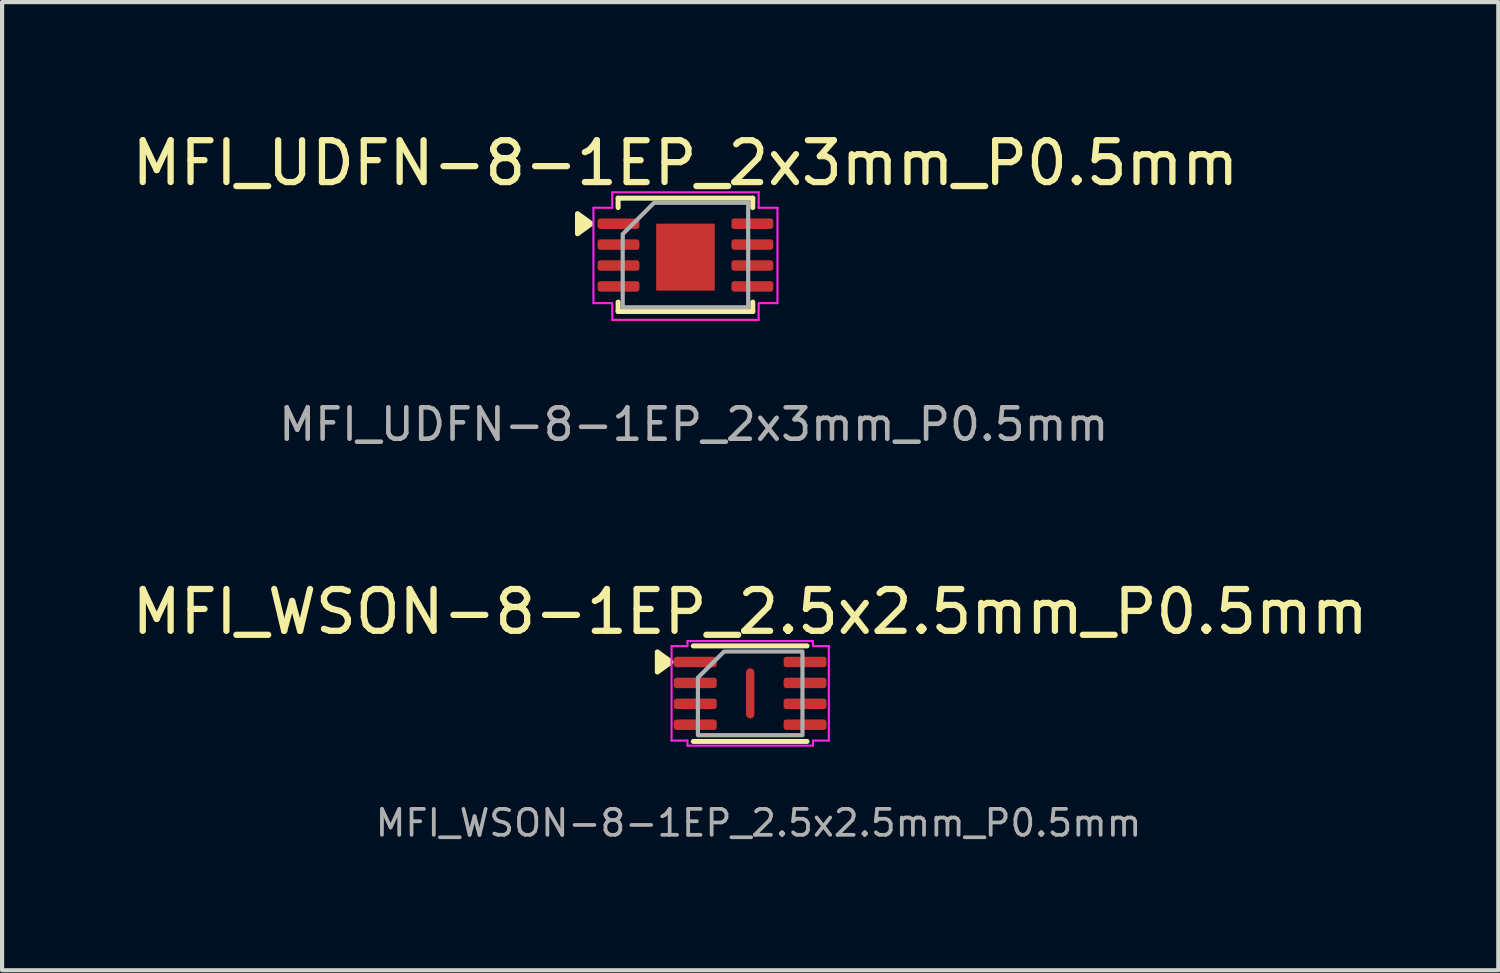
<source format=kicad_pcb>
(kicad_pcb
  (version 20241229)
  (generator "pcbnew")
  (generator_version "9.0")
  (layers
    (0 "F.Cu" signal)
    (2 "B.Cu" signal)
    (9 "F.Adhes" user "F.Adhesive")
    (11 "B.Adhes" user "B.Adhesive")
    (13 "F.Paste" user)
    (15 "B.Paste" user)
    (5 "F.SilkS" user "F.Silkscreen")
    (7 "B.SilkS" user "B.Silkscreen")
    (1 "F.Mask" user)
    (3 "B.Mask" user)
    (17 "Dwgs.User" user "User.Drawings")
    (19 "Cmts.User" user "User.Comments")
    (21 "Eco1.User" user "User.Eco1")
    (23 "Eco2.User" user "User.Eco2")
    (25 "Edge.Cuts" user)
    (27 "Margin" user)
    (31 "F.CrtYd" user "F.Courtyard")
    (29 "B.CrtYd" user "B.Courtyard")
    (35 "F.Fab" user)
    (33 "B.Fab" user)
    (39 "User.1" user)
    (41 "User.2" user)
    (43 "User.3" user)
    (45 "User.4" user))
  (footprint "MFI_UDFN-8-1EP_2x3mm_P0.5mm"
    (layer "F.Cu")
    (at 13.339 3.298)
    (property "Reference" "MFI_UDFN-8-1EP_2x3mm_P0.5mm" (at 0 -2.45 0) (layer "F.SilkS") (effects (font (size 1 1) (thickness 0.15))))
    (attr smd)
    (fp_line (start -1.61 -1.61) (end 1.61 -1.61) (stroke (width 0.12) (type solid)) (layer "F.SilkS"))
    (fp_line (start -1.61 -1.385) (end -1.61 -1.61) (stroke (width 0.12) (type solid)) (layer "F.SilkS"))
    (fp_line (start -1.61 1.1) (end -1.61 0.875) (stroke (width 0.12) (type solid)) (layer "F.SilkS"))
    (fp_line (start 1.61 -1.61) (end 1.61 -1.385) (stroke (width 0.12) (type solid)) (layer "F.SilkS"))
    (fp_line (start 1.61 0.875) (end 1.61 1.1) (stroke (width 0.12) (type solid)) (layer "F.SilkS"))
    (fp_line (start 1.61 1.1) (end -1.61 1.1) (stroke (width 0.12) (type solid)) (layer "F.SilkS"))
    (fp_poly (pts (xy -2.251 -1) (xy -2.581 -0.76) (xy -2.581 -1.24)) (stroke (width 0.12) (type solid)) (fill yes) (layer "F.SilkS"))
    (fp_line (start -2.2 -1.38) (end -1.75 -1.38) (stroke (width 0.05) (type solid)) (layer "F.CrtYd"))
    (fp_line (start -2.2 0.9) (end -2.2 -1.38) (stroke (width 0.05) (type solid)) (layer "F.CrtYd"))
    (fp_line (start -1.75 -1.75) (end 1.75 -1.75) (stroke (width 0.05) (type solid)) (layer "F.CrtYd"))
    (fp_line (start -1.75 -1.38) (end -1.75 -1.75) (stroke (width 0.05) (type solid)) (layer "F.CrtYd"))
    (fp_line (start -1.75 0.9) (end -2.2 0.9) (stroke (width 0.05) (type solid)) (layer "F.CrtYd"))
    (fp_line (start -1.75 1.3) (end -1.75 0.93) (stroke (width 0.05) (type solid)) (layer "F.CrtYd"))
    (fp_line (start 1.75 -1.75) (end 1.75 -1.38) (stroke (width 0.05) (type solid)) (layer "F.CrtYd"))
    (fp_line (start 1.75 -1.38) (end 2.2 -1.38) (stroke (width 0.05) (type solid)) (layer "F.CrtYd"))
    (fp_line (start 1.75 0.9) (end 1.75 1.3) (stroke (width 0.05) (type solid)) (layer "F.CrtYd"))
    (fp_line (start 1.75 1.3) (end -1.75 1.3) (stroke (width 0.05) (type solid)) (layer "F.CrtYd"))
    (fp_line (start 2.2 -1.38) (end 2.2 0.9) (stroke (width 0.05) (type solid)) (layer "F.CrtYd"))
    (fp_line (start 2.2 0.9) (end 1.775 0.9) (stroke (width 0.05) (type solid)) (layer "F.CrtYd"))
    (fp_poly (pts (xy -0.75 -1.5) (xy 1.5 -1.5) (xy 1.5 1) (xy -1.5 1) (xy -1.5 -0.75)) (stroke (width 0.1) (type solid)) (fill no) (layer "F.Fab"))
    (fp_text user "${REFERENCE}" (at 0.2 3.8 0) (layer "F.Fab") (effects (font (size 0.75 0.75) (thickness 0.11))))
    (pad "" smd roundrect (at 0 -0.6) (size 1.2 0.6) (layers "F.Paste") (roundrect_rratio 0.248))
    (pad "" smd roundrect (at 0 0.2) (size 1.2 0.6) (layers "F.Paste") (roundrect_rratio 0.248))
    (pad "1" smd roundrect (at -1.6 -1) (size 1 0.25) (layers "F.Cu" "F.Mask" "F.Paste") (roundrect_rratio 0.25))
    (pad "2" smd roundrect (at -1.6 -0.5) (size 1 0.25) (layers "F.Cu" "F.Mask" "F.Paste") (roundrect_rratio 0.25))
    (pad "3" smd roundrect (at -1.6 0) (size 1 0.25) (layers "F.Cu" "F.Mask" "F.Paste") (roundrect_rratio 0.25))
    (pad "4" smd roundrect (at -1.6 0.5) (size 1 0.25) (layers "F.Cu" "F.Mask" "F.Paste") (roundrect_rratio 0.25))
    (pad "5" smd roundrect (at 1.6 0.5) (size 1 0.25) (layers "F.Cu" "F.Mask" "F.Paste") (roundrect_rratio 0.25))
    (pad "6" smd roundrect (at 1.6 0) (size 1 0.25) (layers "F.Cu" "F.Mask" "F.Paste") (roundrect_rratio 0.25))
    (pad "7" smd roundrect (at 1.6 -0.5) (size 1 0.25) (layers "F.Cu" "F.Mask" "F.Paste") (roundrect_rratio 0.25))
    (pad "8" smd roundrect (at 1.6 -1) (size 1 0.25) (layers "F.Cu" "F.Mask" "F.Paste") (roundrect_rratio 0.25))
    (pad "9" smd rect (at 0 -0.2) (size 1.4 1.6) (property pad_prop_heatsink) (layers "F.Cu" "F.Mask")))
  (footprint "MFI_WSON-8-1EP_2.5x2.5mm_P0.5mm"
    (layer "F.Cu")
    (at 14.887 13.778)
    (property "Reference" "MFI_WSON-8-1EP_2.5x2.5mm_P0.5mm" (at 0 -2.2 0) (layer "F.SilkS") (effects (font (size 1 1) (thickness 0.15))))
    (attr smd)
    (fp_line (start -1.36 -1.385) (end 1.36 -1.385) (stroke (width 0.12) (type solid)) (layer "F.SilkS"))
    (fp_line (start 1.36 0.9) (end -1.36 0.9) (stroke (width 0.12) (type solid)) (layer "F.SilkS"))
    (fp_poly (pts (xy -1.89 -1) (xy -2.22 -0.76) (xy -2.22 -1.24)) (stroke (width 0.12) (type solid)) (fill yes) (layer "F.SilkS"))
    (fp_line (start -1.88 -1.38) (end -1.5 -1.38) (stroke (width 0.05) (type solid)) (layer "F.CrtYd"))
    (fp_line (start -1.88 0.88) (end -1.88 -1.38) (stroke (width 0.05) (type solid)) (layer "F.CrtYd"))
    (fp_line (start -1.5 -1.5) (end 1.5 -1.5) (stroke (width 0.05) (type solid)) (layer "F.CrtYd"))
    (fp_line (start -1.5 -1.38) (end -1.5 -1.5) (stroke (width 0.05) (type solid)) (layer "F.CrtYd"))
    (fp_line (start -1.5 0.88) (end -1.88 0.88) (stroke (width 0.05) (type solid)) (layer "F.CrtYd"))
    (fp_line (start -1.5 1) (end -1.5 0.88) (stroke (width 0.05) (type solid)) (layer "F.CrtYd"))
    (fp_line (start 1.5 -1.5) (end 1.5 -1.38) (stroke (width 0.05) (type solid)) (layer "F.CrtYd"))
    (fp_line (start 1.5 -1.38) (end 1.88 -1.38) (stroke (width 0.05) (type solid)) (layer "F.CrtYd"))
    (fp_line (start 1.5 0.88) (end 1.5 1) (stroke (width 0.05) (type solid)) (layer "F.CrtYd"))
    (fp_line (start 1.5 1) (end -1.5 1) (stroke (width 0.05) (type solid)) (layer "F.CrtYd"))
    (fp_line (start 1.88 -1.38) (end 1.88 0.88) (stroke (width 0.05) (type solid)) (layer "F.CrtYd"))
    (fp_line (start 1.88 0.88) (end 1.5 0.88) (stroke (width 0.05) (type solid)) (layer "F.CrtYd"))
    (fp_poly (pts (xy -0.625 -1.25) (xy 1.25 -1.25) (xy 1.25 0.75) (xy -1.25 0.75) (xy -1.25 -0.625)) (stroke (width 0.1) (type solid)) (fill no) (layer "F.Fab"))
    (fp_text user "${REFERENCE}" (at 0.2 2.85 0) (layer "F.Fab") (effects (font (size 0.62 0.62) (thickness 0.09))))
    (pad "1" smd roundrect (at -1.312 -1) (size 1.025 0.25) (layers "F.Cu" "F.Mask" "F.Paste") (roundrect_rratio 0.25))
    (pad "2" smd roundrect (at -1.312 -0.5) (size 1.025 0.25) (layers "F.Cu" "F.Mask" "F.Paste") (roundrect_rratio 0.25))
    (pad "3" smd roundrect (at -1.312 0) (size 1.025 0.25) (layers "F.Cu" "F.Mask" "F.Paste") (roundrect_rratio 0.25))
    (pad "4" smd roundrect (at -1.312 0.5) (size 1.025 0.25) (layers "F.Cu" "F.Mask" "F.Paste") (roundrect_rratio 0.25))
    (pad "5" smd roundrect (at 1.312 0.5) (size 1.025 0.25) (layers "F.Cu" "F.Mask" "F.Paste") (roundrect_rratio 0.25))
    (pad "6" smd roundrect (at 1.312 0) (size 1.025 0.25) (layers "F.Cu" "F.Mask" "F.Paste") (roundrect_rratio 0.25))
    (pad "7" smd roundrect (at 1.312 -0.5) (size 1.025 0.25) (layers "F.Cu" "F.Mask" "F.Paste") (roundrect_rratio 0.25))
    (pad "8" smd roundrect (at 1.312 -1) (size 1.025 0.25) (layers "F.Cu" "F.Mask" "F.Paste") (roundrect_rratio 0.25))
    (pad "9" smd roundrect (at 0 -0.25) (size 0.2 1.2) (property pad_prop_heatsink) (layers "F.Cu" "F.Mask" "F.Paste") (roundrect_rratio 0.5)))
  (gr_rect
    (start -3 -3)
    (end 32.774 20.149)
    (stroke (width 0.1) (type default))
    (fill no)
    (layer "Edge.Cuts")))
</source>
